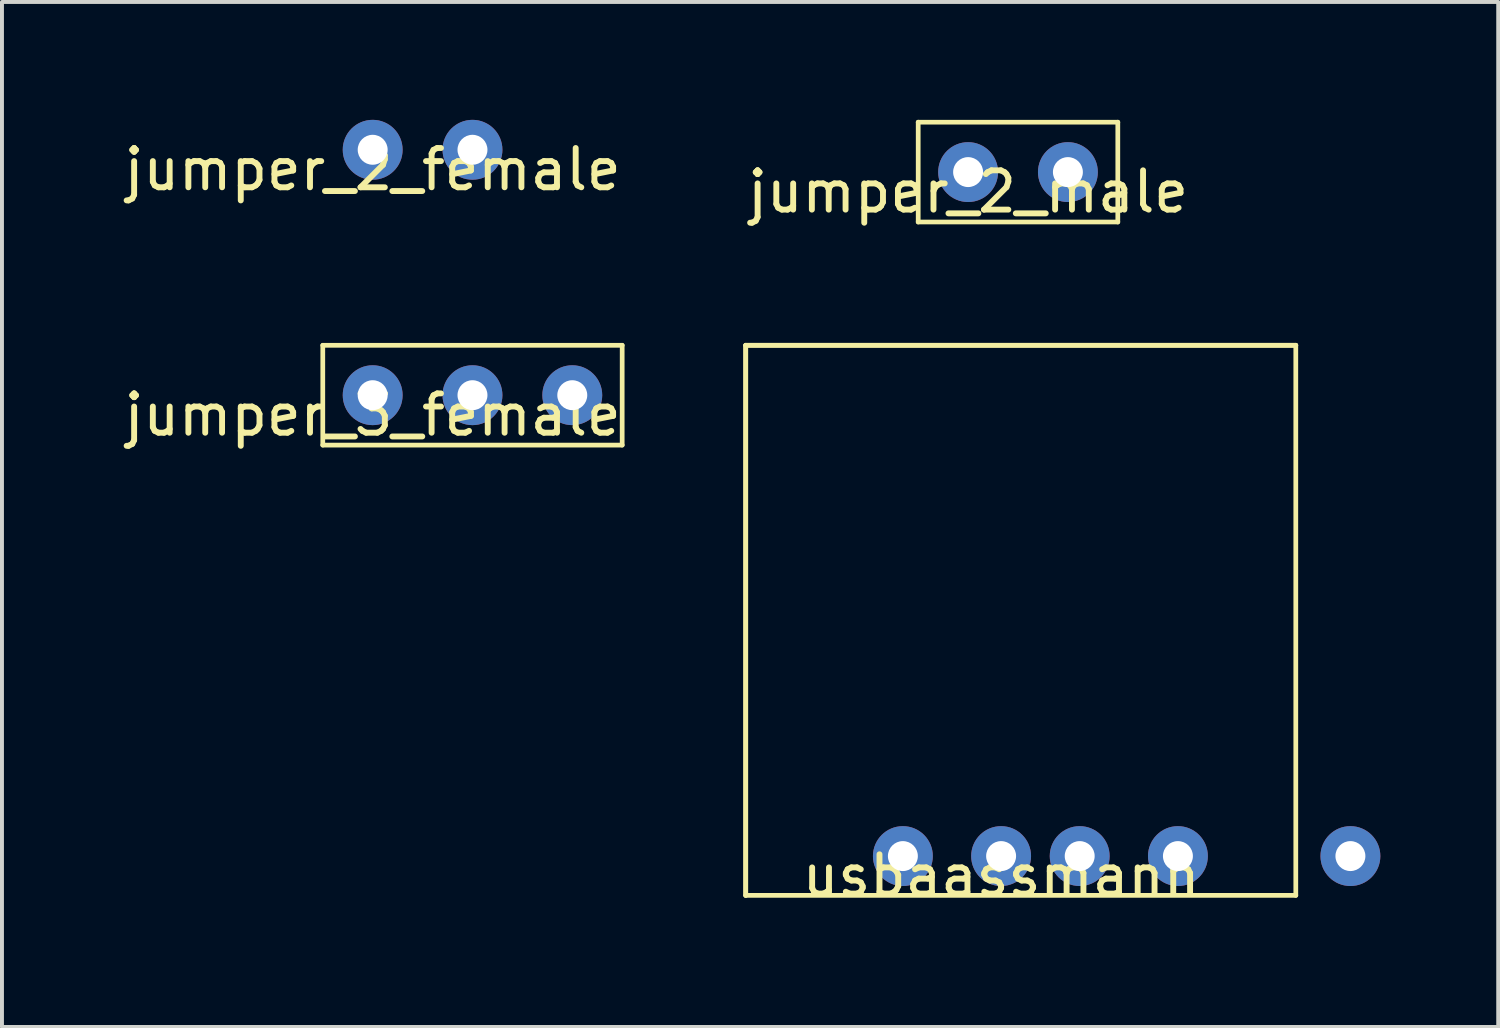
<source format=kicad_pcb>
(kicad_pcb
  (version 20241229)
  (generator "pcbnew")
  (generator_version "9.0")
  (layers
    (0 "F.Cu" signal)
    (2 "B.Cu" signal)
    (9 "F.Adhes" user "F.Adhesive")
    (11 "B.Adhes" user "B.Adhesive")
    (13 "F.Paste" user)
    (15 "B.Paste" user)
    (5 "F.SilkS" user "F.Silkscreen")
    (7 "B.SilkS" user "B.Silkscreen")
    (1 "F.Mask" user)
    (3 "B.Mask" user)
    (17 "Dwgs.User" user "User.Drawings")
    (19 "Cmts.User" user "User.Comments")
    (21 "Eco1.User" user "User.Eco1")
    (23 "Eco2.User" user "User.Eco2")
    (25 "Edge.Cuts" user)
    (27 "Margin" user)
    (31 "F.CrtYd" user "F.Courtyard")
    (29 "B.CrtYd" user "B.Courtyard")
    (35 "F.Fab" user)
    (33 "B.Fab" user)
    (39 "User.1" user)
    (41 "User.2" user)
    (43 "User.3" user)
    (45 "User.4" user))
  (footprint "jumper_3_female"
    (layer "F.Cu")
    (at 6.435 7.008)
    (property "Reference" "jumper_3_female" (at 0 0.5 0) (layer "F.SilkS") (effects (font (size 1 1) (thickness 0.15))))
    (attr through_hole)
    (fp_line (start -1.27 -1.27) (end -1.27 1.27) (stroke (width 0.12) (type solid)) (layer "F.SilkS"))
    (fp_line (start -1.27 1.27) (end 6.35 1.27) (stroke (width 0.12) (type solid)) (layer "F.SilkS"))
    (fp_line (start 6.35 -1.27) (end -1.27 -1.27) (stroke (width 0.12) (type solid)) (layer "F.SilkS"))
    (fp_line (start 6.35 1.27) (end 6.35 -1.27) (stroke (width 0.12) (type solid)) (layer "F.SilkS"))
    (pad "1" thru_hole circle (at 0 0) (size 1.524 1.524) (drill 0.762) (layers "*.Cu" "*.Mask"))
    (pad "2" thru_hole circle (at 2.54 0) (size 1.524 1.524) (drill 0.762) (layers "*.Cu" "*.Mask"))
    (pad "3" thru_hole circle (at 5.08 0) (size 1.524 1.524) (drill 0.762) (layers "*.Cu" "*.Mask")))
  (footprint "usbaassmann"
    (layer "F.Cu")
    (at 22.429 18.738)
    (property "Reference" "usbaassmann" (at 0 0.5 0) (layer "F.SilkS") (effects (font (size 1 1) (thickness 0.15))))
    (attr through_hole)
    (fp_line (start -6.5 -13) (end -6.5 1) (stroke (width 0.12) (type solid)) (layer "F.SilkS"))
    (fp_line (start -6.5 -13) (end 7.5 -13) (stroke (width 0.12) (type solid)) (layer "F.SilkS"))
    (fp_line (start -6.5 1) (end -6.5 -13) (stroke (width 0.12) (type solid)) (layer "F.SilkS"))
    (fp_line (start -6.5 1) (end 7.5 1) (stroke (width 0.12) (type solid)) (layer "F.SilkS"))
    (fp_line (start 7.5 -13) (end -6.5 -13) (stroke (width 0.12) (type solid)) (layer "F.SilkS"))
    (fp_line (start 7.5 1) (end 7.5 -13) (stroke (width 0.12) (type solid)) (layer "F.SilkS"))
    (pad "1" thru_hole circle (at -2.5 0) (size 1.524 1.524) (drill 0.762) (layers "*.Cu" "*.Mask"))
    (pad "2" thru_hole circle (at 0 0) (size 1.524 1.524) (drill 0.762) (layers "*.Cu" "*.Mask"))
    (pad "3" thru_hole circle (at 2 0) (size 1.524 1.524) (drill 0.762) (layers "*.Cu" "*.Mask"))
    (pad "4" thru_hole circle (at 4.5 0) (size 1.524 1.524) (drill 0.762) (layers "*.Cu" "*.Mask"))
    (pad "5" thru_hole circle (at 8.89 0) (size 1.524 1.524) (drill 0.762) (layers "*.Cu" "*.Mask")))
  (footprint "jumper_2_male"
    (layer "F.Cu")
    (at 21.589 1.33)
    (property "Reference" "jumper_2_male" (at 0 0.5 0) (layer "F.SilkS") (effects (font (size 1 1) (thickness 0.15))))
    (attr through_hole)
    (fp_line (start -1.27 -1.27) (end -1.27 1.27) (stroke (width 0.12) (type solid)) (layer "F.SilkS"))
    (fp_line (start -1.27 1.27) (end 3.81 1.27) (stroke (width 0.12) (type solid)) (layer "F.SilkS"))
    (fp_line (start 3.81 -1.27) (end -1.27 -1.27) (stroke (width 0.12) (type solid)) (layer "F.SilkS"))
    (fp_line (start 3.81 1.27) (end 3.81 -1.27) (stroke (width 0.12) (type solid)) (layer "F.SilkS"))
    (pad "1" thru_hole circle (at 0 0) (size 1.524 1.524) (drill 0.762) (layers "*.Cu" "*.Mask"))
    (pad "2" thru_hole circle (at 2.54 0) (size 1.524 1.524) (drill 0.762) (layers "*.Cu" "*.Mask")))
  (footprint "jumper_2_female"
    (layer "F.Cu")
    (at 6.435 0.762)
    (property "Reference" "jumper_2_female" (at 0 0.5 0) (layer "F.SilkS") (effects (font (size 1 1) (thickness 0.15))))
    (attr through_hole)
    (pad "1" thru_hole circle (at 0 0) (size 1.524 1.524) (drill 0.762) (layers "*.Cu" "*.Mask"))
    (pad "2" thru_hole circle (at 2.54 0) (size 1.524 1.524) (drill 0.762) (layers "*.Cu" "*.Mask")))
  (gr_rect
    (start -3 -3)
    (end 35.081 23.087)
    (stroke (width 0.1) (type default))
    (fill no)
    (layer "Edge.Cuts")))
</source>
